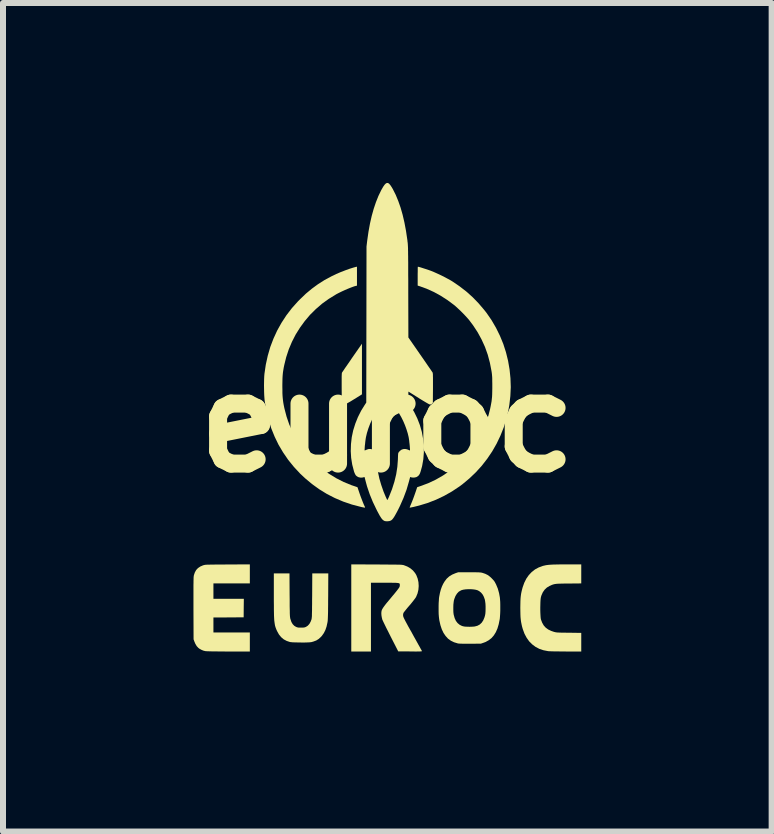
<source format=kicad_pcb>
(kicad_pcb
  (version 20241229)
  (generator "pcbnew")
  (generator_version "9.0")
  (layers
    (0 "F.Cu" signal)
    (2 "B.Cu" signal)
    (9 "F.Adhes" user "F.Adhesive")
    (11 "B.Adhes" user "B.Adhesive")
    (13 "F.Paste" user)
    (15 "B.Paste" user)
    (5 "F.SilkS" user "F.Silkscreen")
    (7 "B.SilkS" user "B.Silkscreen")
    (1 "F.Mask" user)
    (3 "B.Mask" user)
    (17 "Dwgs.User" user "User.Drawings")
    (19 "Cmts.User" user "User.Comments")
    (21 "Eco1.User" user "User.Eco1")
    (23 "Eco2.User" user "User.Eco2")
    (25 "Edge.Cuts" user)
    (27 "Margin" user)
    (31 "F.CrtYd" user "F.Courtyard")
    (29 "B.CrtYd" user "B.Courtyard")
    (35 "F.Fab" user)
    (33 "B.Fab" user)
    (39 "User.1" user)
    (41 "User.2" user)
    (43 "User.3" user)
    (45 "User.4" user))
  (footprint "euroc"
    (layer "F.Cu")
    (at 3.407 4)
    (property "Reference" "euroc" (at 0 0 0) (layer "F.SilkS") (effects (font (size 1.5 1.5) (thickness 0.3))))
    (attr board_only exclude_from_pos_files exclude_from_bom)
    (fp_poly (pts (xy -0.423 -0.898) (xy -0.423 -0.476) (xy -0.558 -0.392) (xy -0.597 -0.368) (xy -0.633 -0.347) (xy -0.663 -0.33) (xy -0.687 -0.317) (xy -0.703 -0.309) (xy -0.71 -0.307) (xy -0.727 -0.309) (xy -0.743 -0.319) (xy -0.759 -0.333) (xy -0.761 -0.58) (xy -0.761 -0.642) (xy -0.761 -0.695) (xy -0.761 -0.737) (xy -0.761 -0.771) (xy -0.76 -0.798) (xy -0.759 -0.817) (xy -0.758 -0.83) (xy -0.756 -0.837) (xy -0.755 -0.839) (xy -0.751 -0.845) (xy -0.741 -0.86) (xy -0.725 -0.883) (xy -0.706 -0.912) (xy -0.682 -0.946) (xy -0.655 -0.985) (xy -0.626 -1.027) (xy -0.595 -1.073) (xy -0.586 -1.086) (xy -0.423 -1.32)) (stroke (width 0) (type solid)) (fill yes) (layer "F.SilkS"))
    (fp_poly (pts (xy -2.292 2.517) (xy -2.292 2.676) (xy -2.596 2.676) (xy -2.899 2.676) (xy -2.899 2.804) (xy -2.899 2.932) (xy -2.646 2.932) (xy -2.392 2.932) (xy -2.394 3.087) (xy -2.395 3.241) (xy -2.647 3.243) (xy -2.899 3.244) (xy -2.899 3.369) (xy -2.899 3.494) (xy -2.596 3.494) (xy -2.292 3.494) (xy -2.292 3.653) (xy -2.292 3.811) (xy -2.647 3.811) (xy -2.71 3.811) (xy -2.77 3.81) (xy -2.827 3.81) (xy -2.878 3.809) (xy -2.925 3.809) (xy -2.964 3.808) (xy -2.996 3.807) (xy -3.018 3.806) (xy -3.031 3.805) (xy -3.032 3.805) (xy -3.065 3.797) (xy -3.099 3.783) (xy -3.13 3.766) (xy -3.15 3.751) (xy -3.177 3.722) (xy -3.2 3.684) (xy -3.217 3.644) (xy -3.23 3.608) (xy -3.232 3.093) (xy -3.232 3.003) (xy -3.232 2.925) (xy -3.232 2.856) (xy -3.232 2.796) (xy -3.232 2.744) (xy -3.232 2.701) (xy -3.231 2.664) (xy -3.231 2.633) (xy -3.23 2.608) (xy -3.23 2.588) (xy -3.229 2.571) (xy -3.228 2.559) (xy -3.226 2.549) (xy -3.225 2.541) (xy -3.225 2.54) (xy -3.209 2.493) (xy -3.187 2.453) (xy -3.157 2.421) (xy -3.119 2.395) (xy -3.071 2.374) (xy -3.07 2.374) (xy -3.063 2.372) (xy -3.055 2.37) (xy -3.047 2.368) (xy -3.037 2.366) (xy -3.024 2.365) (xy -3.008 2.364) (xy -2.987 2.363) (xy -2.961 2.363) (xy -2.928 2.362) (xy -2.889 2.362) (xy -2.841 2.361) (xy -2.785 2.361) (xy -2.72 2.361) (xy -2.664 2.36) (xy -2.292 2.359)) (stroke (width 0) (type solid)) (fill yes) (layer "F.SilkS"))
    (fp_poly (pts (xy 3.233 2.517) (xy 3.233 2.676) (xy 3.023 2.678) (xy 2.965 2.678) (xy 2.917 2.679) (xy 2.877 2.68) (xy 2.845 2.681) (xy 2.819 2.683) (xy 2.796 2.686) (xy 2.777 2.69) (xy 2.76 2.695) (xy 2.743 2.701) (xy 2.726 2.709) (xy 2.706 2.718) (xy 2.705 2.718) (xy 2.66 2.745) (xy 2.622 2.781) (xy 2.592 2.824) (xy 2.569 2.876) (xy 2.561 2.903) (xy 2.557 2.924) (xy 2.554 2.954) (xy 2.552 2.99) (xy 2.551 3.031) (xy 2.55 3.075) (xy 2.55 3.119) (xy 2.551 3.162) (xy 2.553 3.202) (xy 2.555 3.236) (xy 2.558 3.263) (xy 2.561 3.277) (xy 2.581 3.33) (xy 2.607 3.376) (xy 2.64 3.413) (xy 2.682 3.444) (xy 2.732 3.468) (xy 2.779 3.484) (xy 2.792 3.487) (xy 2.804 3.49) (xy 2.817 3.492) (xy 2.833 3.494) (xy 2.853 3.495) (xy 2.878 3.496) (xy 2.91 3.497) (xy 2.949 3.497) (xy 2.997 3.498) (xy 3.028 3.498) (xy 3.233 3.501) (xy 3.233 3.656) (xy 3.233 3.811) (xy 2.975 3.811) (xy 2.921 3.81) (xy 2.869 3.81) (xy 2.821 3.809) (xy 2.777 3.809) (xy 2.74 3.808) (xy 2.71 3.807) (xy 2.689 3.806) (xy 2.679 3.805) (xy 2.603 3.79) (xy 2.534 3.767) (xy 2.471 3.734) (xy 2.415 3.692) (xy 2.365 3.642) (xy 2.323 3.583) (xy 2.287 3.516) (xy 2.259 3.44) (xy 2.256 3.43) (xy 2.245 3.391) (xy 2.237 3.354) (xy 2.23 3.318) (xy 2.225 3.282) (xy 2.221 3.242) (xy 2.219 3.198) (xy 2.218 3.146) (xy 2.217 3.085) (xy 2.218 3.024) (xy 2.219 2.972) (xy 2.221 2.927) (xy 2.225 2.887) (xy 2.23 2.85) (xy 2.237 2.815) (xy 2.246 2.778) (xy 2.256 2.741) (xy 2.283 2.665) (xy 2.317 2.597) (xy 2.359 2.537) (xy 2.407 2.486) (xy 2.462 2.443) (xy 2.523 2.41) (xy 2.59 2.385) (xy 2.602 2.382) (xy 2.624 2.377) (xy 2.646 2.372) (xy 2.669 2.369) (xy 2.694 2.366) (xy 2.723 2.364) (xy 2.757 2.362) (xy 2.797 2.361) (xy 2.844 2.36) (xy 2.899 2.359) (xy 2.965 2.359) (xy 2.986 2.359) (xy 3.233 2.359)) (stroke (width 0) (type solid)) (fill yes) (layer "F.SilkS"))
    (fp_poly (pts (xy -1.629 2.87) (xy -1.628 2.942) (xy -1.628 3.004) (xy -1.628 3.057) (xy -1.627 3.101) (xy -1.626 3.138) (xy -1.626 3.168) (xy -1.625 3.193) (xy -1.624 3.213) (xy -1.623 3.228) (xy -1.621 3.241) (xy -1.62 3.252) (xy -1.618 3.261) (xy -1.616 3.27) (xy -1.614 3.274) (xy -1.599 3.319) (xy -1.578 3.355) (xy -1.552 3.382) (xy -1.528 3.397) (xy -1.511 3.405) (xy -1.498 3.409) (xy -1.483 3.412) (xy -1.463 3.413) (xy -1.439 3.413) (xy -1.411 3.413) (xy -1.39 3.411) (xy -1.375 3.408) (xy -1.36 3.402) (xy -1.357 3.401) (xy -1.325 3.38) (xy -1.299 3.351) (xy -1.278 3.313) (xy -1.264 3.276) (xy -1.263 3.269) (xy -1.261 3.26) (xy -1.26 3.248) (xy -1.258 3.232) (xy -1.257 3.212) (xy -1.257 3.187) (xy -1.256 3.155) (xy -1.255 3.116) (xy -1.255 3.07) (xy -1.254 3.015) (xy -1.254 2.95) (xy -1.253 2.878) (xy -1.251 2.509) (xy -1.118 2.509) (xy -0.984 2.509) (xy -0.986 2.892) (xy -0.987 2.968) (xy -0.987 3.035) (xy -0.988 3.092) (xy -0.988 3.14) (xy -0.989 3.181) (xy -0.99 3.215) (xy -0.991 3.243) (xy -0.992 3.266) (xy -0.993 3.285) (xy -0.994 3.301) (xy -0.996 3.314) (xy -0.998 3.326) (xy -0.998 3.327) (xy -1.013 3.395) (xy -1.033 3.454) (xy -1.059 3.505) (xy -1.09 3.549) (xy -1.106 3.567) (xy -1.143 3.601) (xy -1.184 3.627) (xy -1.232 3.645) (xy -1.25 3.65) (xy -1.264 3.654) (xy -1.279 3.656) (xy -1.295 3.658) (xy -1.315 3.659) (xy -1.34 3.66) (xy -1.372 3.661) (xy -1.412 3.661) (xy -1.441 3.661) (xy -1.497 3.66) (xy -1.543 3.659) (xy -1.578 3.658) (xy -1.605 3.655) (xy -1.623 3.653) (xy -1.677 3.635) (xy -1.726 3.609) (xy -1.769 3.573) (xy -1.806 3.528) (xy -1.832 3.482) (xy -1.843 3.46) (xy -1.852 3.439) (xy -1.86 3.418) (xy -1.867 3.397) (xy -1.873 3.375) (xy -1.877 3.351) (xy -1.881 3.323) (xy -1.885 3.292) (xy -1.887 3.256) (xy -1.889 3.214) (xy -1.89 3.165) (xy -1.891 3.109) (xy -1.891 3.045) (xy -1.892 2.971) (xy -1.892 2.888) (xy -1.892 2.881) (xy -1.892 2.509) (xy -1.762 2.509) (xy -1.631 2.509)) (stroke (width 0) (type solid)) (fill yes) (layer "F.SilkS"))
    (fp_poly (pts (xy -0.506 -2.446) (xy -0.506 -2.288) (xy -0.524 -2.284) (xy -0.55 -2.277) (xy -0.584 -2.265) (xy -0.623 -2.25) (xy -0.667 -2.232) (xy -0.713 -2.212) (xy -0.759 -2.191) (xy -0.804 -2.169) (xy -0.845 -2.148) (xy -0.86 -2.139) (xy -0.977 -2.067) (xy -1.088 -1.987) (xy -1.191 -1.898) (xy -1.288 -1.802) (xy -1.376 -1.698) (xy -1.456 -1.588) (xy -1.528 -1.473) (xy -1.59 -1.352) (xy -1.643 -1.226) (xy -1.686 -1.095) (xy -1.716 -0.974) (xy -1.726 -0.928) (xy -1.733 -0.887) (xy -1.739 -0.85) (xy -1.743 -0.813) (xy -1.746 -0.775) (xy -1.748 -0.734) (xy -1.749 -0.686) (xy -1.75 -0.631) (xy -1.75 -0.609) (xy -1.749 -0.55) (xy -1.749 -0.5) (xy -1.747 -0.456) (xy -1.744 -0.417) (xy -1.74 -0.38) (xy -1.735 -0.342) (xy -1.728 -0.302) (xy -1.719 -0.257) (xy -1.713 -0.231) (xy -1.679 -0.102) (xy -1.635 0.026) (xy -1.58 0.15) (xy -1.516 0.27) (xy -1.443 0.385) (xy -1.362 0.494) (xy -1.273 0.596) (xy -1.191 0.676) (xy -1.084 0.768) (xy -0.97 0.85) (xy -0.852 0.922) (xy -0.728 0.985) (xy -0.599 1.038) (xy -0.554 1.053) (xy -0.498 1.072) (xy -0.467 1.163) (xy -0.453 1.204) (xy -0.437 1.247) (xy -0.421 1.289) (xy -0.406 1.327) (xy -0.392 1.361) (xy -0.38 1.387) (xy -0.375 1.397) (xy -0.372 1.405) (xy -0.371 1.41) (xy -0.374 1.412) (xy -0.383 1.412) (xy -0.4 1.409) (xy -0.425 1.404) (xy -0.442 1.4) (xy -0.591 1.361) (xy -0.735 1.312) (xy -0.874 1.253) (xy -1.007 1.185) (xy -1.134 1.107) (xy -1.256 1.019) (xy -1.372 0.922) (xy -1.453 0.846) (xy -1.557 0.734) (xy -1.652 0.617) (xy -1.737 0.493) (xy -1.813 0.365) (xy -1.878 0.231) (xy -1.934 0.093) (xy -1.98 -0.051) (xy -2.016 -0.199) (xy -2.042 -0.351) (xy -2.046 -0.378) (xy -2.049 -0.416) (xy -2.052 -0.461) (xy -2.054 -0.513) (xy -2.055 -0.568) (xy -2.056 -0.624) (xy -2.055 -0.679) (xy -2.054 -0.73) (xy -2.052 -0.775) (xy -2.049 -0.812) (xy -2.049 -0.815) (xy -2.026 -0.971) (xy -1.993 -1.121) (xy -1.951 -1.266) (xy -1.898 -1.405) (xy -1.836 -1.54) (xy -1.764 -1.669) (xy -1.683 -1.793) (xy -1.591 -1.913) (xy -1.489 -2.027) (xy -1.452 -2.064) (xy -1.356 -2.156) (xy -1.257 -2.238) (xy -1.156 -2.312) (xy -1.049 -2.38) (xy -0.934 -2.442) (xy -0.924 -2.447) (xy -0.852 -2.482) (xy -0.777 -2.514) (xy -0.702 -2.543) (xy -0.63 -2.569) (xy -0.563 -2.59) (xy -0.522 -2.601) (xy -0.506 -2.604)) (stroke (width 0) (type solid)) (fill yes) (layer "F.SilkS"))
    (fp_poly (pts (xy -0.179 2.36) (xy -0.1 2.361) (xy -0.031 2.361) (xy 0.028 2.362) (xy 0.079 2.362) (xy 0.121 2.362) (xy 0.157 2.363) (xy 0.186 2.364) (xy 0.209 2.364) (xy 0.228 2.365) (xy 0.243 2.366) (xy 0.254 2.368) (xy 0.264 2.369) (xy 0.271 2.371) (xy 0.275 2.372) (xy 0.332 2.394) (xy 0.384 2.424) (xy 0.428 2.461) (xy 0.464 2.505) (xy 0.484 2.539) (xy 0.506 2.596) (xy 0.519 2.656) (xy 0.523 2.719) (xy 0.518 2.782) (xy 0.504 2.842) (xy 0.481 2.898) (xy 0.476 2.907) (xy 0.467 2.921) (xy 0.452 2.941) (xy 0.432 2.967) (xy 0.409 2.996) (xy 0.384 3.027) (xy 0.368 3.045) (xy 0.342 3.075) (xy 0.319 3.103) (xy 0.299 3.128) (xy 0.283 3.148) (xy 0.273 3.162) (xy 0.269 3.167) (xy 0.263 3.19) (xy 0.263 3.213) (xy 0.264 3.22) (xy 0.266 3.229) (xy 0.27 3.239) (xy 0.275 3.253) (xy 0.284 3.27) (xy 0.295 3.292) (xy 0.309 3.319) (xy 0.327 3.352) (xy 0.349 3.393) (xy 0.376 3.441) (xy 0.408 3.497) (xy 0.419 3.518) (xy 0.447 3.569) (xy 0.474 3.617) (xy 0.499 3.662) (xy 0.521 3.702) (xy 0.541 3.737) (xy 0.556 3.765) (xy 0.568 3.786) (xy 0.575 3.799) (xy 0.576 3.802) (xy 0.577 3.805) (xy 0.574 3.807) (xy 0.569 3.808) (xy 0.559 3.809) (xy 0.544 3.81) (xy 0.522 3.81) (xy 0.492 3.811) (xy 0.454 3.811) (xy 0.407 3.81) (xy 0.381 3.81) (xy 0.182 3.809) (xy 0.055 3.561) (xy 0.03 3.511) (xy 0.006 3.463) (xy -0.017 3.418) (xy -0.037 3.377) (xy -0.054 3.342) (xy -0.068 3.313) (xy -0.078 3.291) (xy -0.084 3.278) (xy -0.084 3.277) (xy -0.091 3.249) (xy -0.097 3.216) (xy -0.099 3.194) (xy -0.1 3.174) (xy -0.099 3.156) (xy -0.097 3.14) (xy -0.093 3.123) (xy -0.085 3.106) (xy -0.074 3.087) (xy -0.059 3.065) (xy -0.039 3.038) (xy -0.014 3.006) (xy 0.018 2.968) (xy 0.049 2.931) (xy 0.086 2.886) (xy 0.118 2.848) (xy 0.143 2.817) (xy 0.163 2.792) (xy 0.178 2.772) (xy 0.19 2.756) (xy 0.198 2.744) (xy 0.203 2.734) (xy 0.206 2.725) (xy 0.208 2.718) (xy 0.208 2.71) (xy 0.208 2.707) (xy 0.208 2.697) (xy 0.208 2.689) (xy 0.206 2.682) (xy 0.202 2.677) (xy 0.194 2.673) (xy 0.182 2.67) (xy 0.164 2.668) (xy 0.14 2.666) (xy 0.109 2.666) (xy 0.07 2.665) (xy 0.022 2.665) (xy -0.037 2.665) (xy -0.043 2.665) (xy -0.273 2.665) (xy -0.273 3.238) (xy -0.273 3.811) (xy -0.437 3.811) (xy -0.601 3.811) (xy -0.601 3.085) (xy -0.601 2.359)) (stroke (width 0) (type solid)) (fill yes) (layer "F.SilkS"))
    (fp_poly (pts (xy 0.517 -2.602) (xy 0.535 -2.598) (xy 0.559 -2.591) (xy 0.587 -2.582) (xy 0.618 -2.572) (xy 0.65 -2.562) (xy 0.68 -2.552) (xy 0.708 -2.542) (xy 0.722 -2.537) (xy 0.763 -2.521) (xy 0.81 -2.5) (xy 0.861 -2.477) (xy 0.913 -2.452) (xy 0.964 -2.426) (xy 1.012 -2.4) (xy 1.054 -2.377) (xy 1.081 -2.361) (xy 1.203 -2.278) (xy 1.317 -2.19) (xy 1.422 -2.096) (xy 1.52 -1.995) (xy 1.613 -1.886) (xy 1.654 -1.834) (xy 1.738 -1.712) (xy 1.812 -1.585) (xy 1.877 -1.453) (xy 1.933 -1.317) (xy 1.978 -1.177) (xy 2.013 -1.035) (xy 2.038 -0.89) (xy 2.053 -0.743) (xy 2.058 -0.596) (xy 2.051 -0.447) (xy 2.034 -0.299) (xy 2.019 -0.213) (xy 1.985 -0.068) (xy 1.941 0.074) (xy 1.886 0.212) (xy 1.822 0.346) (xy 1.749 0.474) (xy 1.666 0.597) (xy 1.575 0.714) (xy 1.475 0.824) (xy 1.367 0.927) (xy 1.252 1.023) (xy 1.202 1.06) (xy 1.077 1.143) (xy 0.946 1.217) (xy 0.811 1.281) (xy 0.672 1.335) (xy 0.53 1.378) (xy 0.433 1.402) (xy 0.407 1.407) (xy 0.389 1.411) (xy 0.379 1.412) (xy 0.374 1.413) (xy 0.373 1.411) (xy 0.373 1.409) (xy 0.375 1.402) (xy 0.381 1.388) (xy 0.389 1.368) (xy 0.397 1.349) (xy 0.411 1.315) (xy 0.428 1.272) (xy 0.445 1.226) (xy 0.462 1.178) (xy 0.478 1.132) (xy 0.485 1.11) (xy 0.498 1.072) (xy 0.554 1.053) (xy 0.683 1.005) (xy 0.808 0.946) (xy 0.928 0.877) (xy 1.042 0.799) (xy 1.15 0.713) (xy 1.252 0.617) (xy 1.292 0.575) (xy 1.379 0.472) (xy 1.458 0.363) (xy 1.529 0.247) (xy 1.591 0.127) (xy 1.644 0.002) (xy 1.686 -0.125) (xy 1.713 -0.231) (xy 1.723 -0.279) (xy 1.731 -0.322) (xy 1.738 -0.36) (xy 1.742 -0.397) (xy 1.746 -0.435) (xy 1.748 -0.477) (xy 1.749 -0.523) (xy 1.75 -0.577) (xy 1.75 -0.609) (xy 1.75 -0.659) (xy 1.749 -0.701) (xy 1.749 -0.734) (xy 1.748 -0.763) (xy 1.746 -0.788) (xy 1.744 -0.812) (xy 1.741 -0.836) (xy 1.737 -0.862) (xy 1.71 -1.002) (xy 1.674 -1.137) (xy 1.628 -1.266) (xy 1.571 -1.391) (xy 1.505 -1.512) (xy 1.428 -1.629) (xy 1.364 -1.714) (xy 1.335 -1.748) (xy 1.299 -1.787) (xy 1.26 -1.828) (xy 1.218 -1.87) (xy 1.176 -1.909) (xy 1.137 -1.945) (xy 1.104 -1.972) (xy 0.997 -2.051) (xy 0.886 -2.122) (xy 0.772 -2.184) (xy 0.657 -2.236) (xy 0.547 -2.276) (xy 0.506 -2.289) (xy 0.506 -2.447) (xy 0.506 -2.487) (xy 0.507 -2.524) (xy 0.507 -2.555) (xy 0.507 -2.58) (xy 0.508 -2.597) (xy 0.509 -2.604) (xy 0.509 -2.604)) (stroke (width 0) (type solid)) (fill yes) (layer "F.SilkS"))
    (fp_poly (pts (xy 1.417 2.49) (xy 1.459 2.49) (xy 1.492 2.491) (xy 1.519 2.491) (xy 1.539 2.493) (xy 1.555 2.494) (xy 1.569 2.496) (xy 1.58 2.499) (xy 1.586 2.5) (xy 1.633 2.516) (xy 1.673 2.536) (xy 1.71 2.563) (xy 1.739 2.59) (xy 1.761 2.613) (xy 1.778 2.632) (xy 1.792 2.653) (xy 1.805 2.678) (xy 1.813 2.693) (xy 1.842 2.763) (xy 1.863 2.839) (xy 1.876 2.91) (xy 1.879 2.943) (xy 1.882 2.985) (xy 1.883 3.032) (xy 1.883 3.083) (xy 1.883 3.134) (xy 1.881 3.183) (xy 1.878 3.227) (xy 1.875 3.264) (xy 1.873 3.276) (xy 1.857 3.356) (xy 1.836 3.427) (xy 1.809 3.489) (xy 1.776 3.542) (xy 1.737 3.587) (xy 1.691 3.623) (xy 1.639 3.652) (xy 1.607 3.664) (xy 1.561 3.68) (xy 1.383 3.682) (xy 1.327 3.682) (xy 1.282 3.682) (xy 1.246 3.681) (xy 1.217 3.68) (xy 1.195 3.679) (xy 1.179 3.677) (xy 1.171 3.675) (xy 1.112 3.657) (xy 1.059 3.631) (xy 1.012 3.597) (xy 0.972 3.553) (xy 0.937 3.502) (xy 0.908 3.441) (xy 0.885 3.371) (xy 0.867 3.291) (xy 0.862 3.255) (xy 0.859 3.226) (xy 0.856 3.188) (xy 0.855 3.145) (xy 0.855 3.098) (xy 0.855 3.072) (xy 1.1 3.072) (xy 1.1 3.115) (xy 1.101 3.155) (xy 1.105 3.189) (xy 1.107 3.199) (xy 1.122 3.254) (xy 1.143 3.3) (xy 1.171 3.337) (xy 1.206 3.366) (xy 1.246 3.386) (xy 1.279 3.394) (xy 1.304 3.397) (xy 1.336 3.398) (xy 1.371 3.399) (xy 1.407 3.398) (xy 1.438 3.396) (xy 1.457 3.394) (xy 1.502 3.382) (xy 1.541 3.361) (xy 1.573 3.331) (xy 1.599 3.292) (xy 1.619 3.244) (xy 1.628 3.213) (xy 1.634 3.183) (xy 1.637 3.145) (xy 1.638 3.102) (xy 1.638 3.058) (xy 1.636 3.015) (xy 1.631 2.977) (xy 1.626 2.947) (xy 1.61 2.901) (xy 1.591 2.864) (xy 1.566 2.833) (xy 1.556 2.824) (xy 1.532 2.805) (xy 1.506 2.791) (xy 1.476 2.782) (xy 1.439 2.776) (xy 1.403 2.773) (xy 1.351 2.772) (xy 1.304 2.775) (xy 1.263 2.781) (xy 1.23 2.791) (xy 1.227 2.793) (xy 1.191 2.814) (xy 1.161 2.846) (xy 1.136 2.886) (xy 1.117 2.935) (xy 1.109 2.963) (xy 1.105 2.993) (xy 1.101 3.03) (xy 1.1 3.072) (xy 0.855 3.072) (xy 0.855 3.05) (xy 0.856 3.003) (xy 0.859 2.961) (xy 0.861 2.925) (xy 0.864 2.902) (xy 0.877 2.835) (xy 0.892 2.778) (xy 0.91 2.728) (xy 0.931 2.683) (xy 0.955 2.643) (xy 0.99 2.597) (xy 1.032 2.559) (xy 1.081 2.529) (xy 1.138 2.505) (xy 1.138 2.505) (xy 1.182 2.49) (xy 1.366 2.49)) (stroke (width 0) (type solid)) (fill yes) (layer "F.SilkS"))
    (fp_poly (pts (xy 0.012 -3.999) (xy 0.03 -3.987) (xy 0.05 -3.964) (xy 0.072 -3.931) (xy 0.091 -3.899) (xy 0.139 -3.804) (xy 0.182 -3.7) (xy 0.221 -3.589) (xy 0.255 -3.47) (xy 0.285 -3.341) (xy 0.311 -3.203) (xy 0.333 -3.055) (xy 0.335 -3.041) (xy 0.336 -3.026) (xy 0.338 -3.013) (xy 0.34 -2.999) (xy 0.341 -2.985) (xy 0.342 -2.97) (xy 0.343 -2.953) (xy 0.344 -2.934) (xy 0.345 -2.911) (xy 0.345 -2.885) (xy 0.346 -2.854) (xy 0.346 -2.819) (xy 0.347 -2.778) (xy 0.347 -2.731) (xy 0.348 -2.677) (xy 0.348 -2.616) (xy 0.348 -2.547) (xy 0.348 -2.469) (xy 0.349 -2.382) (xy 0.349 -2.284) (xy 0.349 -2.182) (xy 0.351 -1.424) (xy 0.55 -1.137) (xy 0.585 -1.087) (xy 0.618 -1.039) (xy 0.649 -0.994) (xy 0.677 -0.953) (xy 0.702 -0.917) (xy 0.723 -0.887) (xy 0.739 -0.863) (xy 0.75 -0.847) (xy 0.755 -0.839) (xy 0.755 -0.839) (xy 0.757 -0.833) (xy 0.758 -0.822) (xy 0.76 -0.805) (xy 0.76 -0.781) (xy 0.761 -0.75) (xy 0.761 -0.711) (xy 0.761 -0.662) (xy 0.761 -0.603) (xy 0.761 -0.58) (xy 0.759 -0.333) (xy 0.744 -0.319) (xy 0.729 -0.31) (xy 0.714 -0.306) (xy 0.713 -0.306) (xy 0.703 -0.309) (xy 0.686 -0.317) (xy 0.661 -0.331) (xy 0.627 -0.351) (xy 0.585 -0.376) (xy 0.533 -0.408) (xy 0.524 -0.414) (xy 0.351 -0.522) (xy 0.351 -0.431) (xy 0.351 -0.34) (xy 0.386 -0.285) (xy 0.448 -0.181) (xy 0.5 -0.074) (xy 0.543 0.037) (xy 0.575 0.149) (xy 0.596 0.263) (xy 0.608 0.378) (xy 0.609 0.493) (xy 0.6 0.607) (xy 0.58 0.72) (xy 0.556 0.807) (xy 0.544 0.842) (xy 0.53 0.867) (xy 0.513 0.886) (xy 0.491 0.9) (xy 0.483 0.904) (xy 0.458 0.91) (xy 0.43 0.912) (xy 0.404 0.909) (xy 0.397 0.907) (xy 0.386 0.903) (xy 0.381 0.903) (xy 0.379 0.909) (xy 0.375 0.923) (xy 0.369 0.945) (xy 0.362 0.971) (xy 0.359 0.982) (xy 0.32 1.116) (xy 0.27 1.25) (xy 0.211 1.384) (xy 0.179 1.449) (xy 0.153 1.498) (xy 0.131 1.538) (xy 0.112 1.57) (xy 0.095 1.594) (xy 0.08 1.612) (xy 0.065 1.624) (xy 0.049 1.632) (xy 0.032 1.637) (xy 0.013 1.639) (xy 0.007 1.64) (xy -0.015 1.64) (xy -0.034 1.638) (xy -0.044 1.636) (xy -0.058 1.629) (xy -0.071 1.62) (xy -0.084 1.608) (xy -0.097 1.592) (xy -0.111 1.571) (xy -0.128 1.544) (xy -0.147 1.509) (xy -0.17 1.466) (xy -0.18 1.446) (xy -0.241 1.319) (xy -0.294 1.189) (xy -0.338 1.059) (xy -0.359 0.982) (xy -0.366 0.955) (xy -0.372 0.931) (xy -0.377 0.913) (xy -0.38 0.904) (xy -0.381 0.903) (xy -0.386 0.903) (xy -0.397 0.907) (xy -0.421 0.912) (xy -0.449 0.912) (xy -0.476 0.906) (xy -0.483 0.904) (xy -0.506 0.891) (xy -0.525 0.875) (xy -0.539 0.851) (xy -0.552 0.82) (xy -0.556 0.807) (xy -0.585 0.696) (xy -0.603 0.583) (xy -0.61 0.468) (xy -0.609 0.451) (xy -0.379 0.451) (xy -0.378 0.459) (xy -0.378 0.459) (xy -0.372 0.458) (xy -0.359 0.453) (xy -0.348 0.448) (xy -0.314 0.436) (xy -0.279 0.435) (xy -0.246 0.443) (xy -0.242 0.444) (xy -0.223 0.456) (xy -0.205 0.472) (xy -0.19 0.49) (xy -0.182 0.506) (xy -0.181 0.508) (xy -0.18 0.517) (xy -0.179 0.536) (xy -0.178 0.561) (xy -0.177 0.591) (xy -0.176 0.615) (xy -0.169 0.719) (xy -0.155 0.823) (xy -0.133 0.927) (xy -0.102 1.033) (xy -0.064 1.143) (xy -0.03 1.225) (xy -0.019 1.249) (xy -0.01 1.268) (xy -0.004 1.281) (xy -0.000087 1.285) (xy 0.004 1.281) (xy 0.011 1.268) (xy 0.02 1.249) (xy 0.027 1.234) (xy 0.078 1.106) (xy 0.118 0.98) (xy 0.148 0.856) (xy 0.167 0.733) (xy 0.176 0.615) (xy 0.177 0.583) (xy 0.178 0.554) (xy 0.179 0.53) (xy 0.181 0.514) (xy 0.181 0.508) (xy 0.188 0.492) (xy 0.203 0.474) (xy 0.221 0.458) (xy 0.24 0.445) (xy 0.242 0.444) (xy 0.275 0.435) (xy 0.31 0.436) (xy 0.344 0.446) (xy 0.348 0.448) (xy 0.363 0.455) (xy 0.374 0.459) (xy 0.377 0.459) (xy 0.378 0.452) (xy 0.378 0.437) (xy 0.376 0.414) (xy 0.374 0.386) (xy 0.371 0.355) (xy 0.367 0.323) (xy 0.364 0.293) (xy 0.36 0.265) (xy 0.356 0.242) (xy 0.356 0.24) (xy 0.341 0.177) (xy 0.32 0.109) (xy 0.295 0.04) (xy 0.266 -0.028) (xy 0.235 -0.091) (xy 0.203 -0.147) (xy 0.198 -0.156) (xy 0.173 -0.195) (xy 0.001 -0.195) (xy -0.048 -0.195) (xy -0.087 -0.195) (xy -0.117 -0.195) (xy -0.141 -0.193) (xy -0.158 -0.191) (xy -0.171 -0.187) (xy -0.181 -0.18) (xy -0.19 -0.171) (xy -0.198 -0.16) (xy -0.207 -0.144) (xy -0.217 -0.126) (xy -0.253 -0.059) (xy -0.287 0.015) (xy -0.316 0.092) (xy -0.34 0.169) (xy -0.356 0.237) (xy -0.36 0.26) (xy -0.364 0.288) (xy -0.368 0.319) (xy -0.371 0.351) (xy -0.375 0.382) (xy -0.377 0.411) (xy -0.378 0.434) (xy -0.379 0.451) (xy -0.609 0.451) (xy -0.606 0.354) (xy -0.593 0.239) (xy -0.569 0.125) (xy -0.534 0.013) (xy -0.49 -0.097) (xy -0.436 -0.204) (xy -0.386 -0.285) (xy -0.351 -0.339) (xy -0.349 -1.64) (xy -0.347 -2.941) (xy -0.335 -3.041) (xy -0.314 -3.187) (xy -0.289 -3.324) (xy -0.26 -3.451) (xy -0.227 -3.569) (xy -0.19 -3.679) (xy -0.149 -3.782) (xy -0.103 -3.877) (xy -0.091 -3.899) (xy -0.067 -3.94) (xy -0.045 -3.971) (xy -0.025 -3.991) (xy -0.007 -4)) (stroke (width 0) (type solid)) (fill yes) (layer "F.SilkS")))
  (gr_rect
    (start -3 -3)
    (end 9.814 10.812)
    (stroke (width 0.1) (type default))
    (fill no)
    (layer "Edge.Cuts")))
</source>
